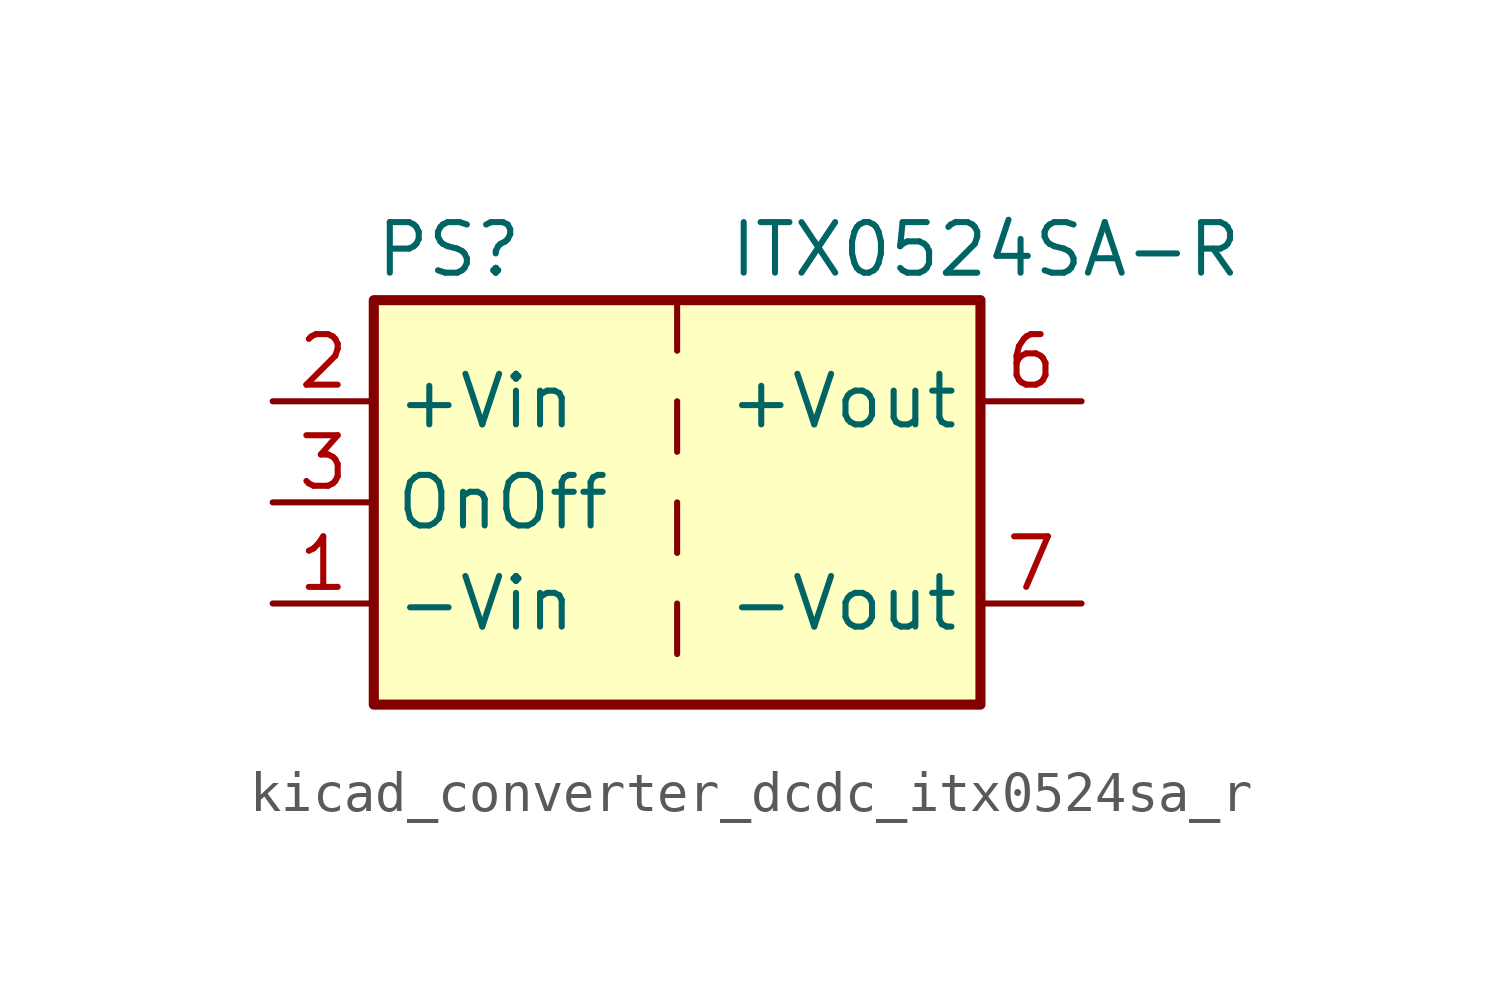
<source format=kicad_sym>
(kicad_symbol_lib
  (version 20220914)
  (generator kicad_symbol_editor)
  (symbol "kicad_converter_dcdc_itx0524sa_r"
    (property "Reference" "PS"
      (at -7.62 6.35 0)
      (effects (font (size 1.27 1.27)) (justify left)))
    (property "Value" "ITX0524SA-R"
      (at 1.27 6.35 0)
      (effects (font (size 1.27 1.27)) (justify left)))
    (symbol "kicad_converter_dcdc_itx0524sa_r_0_0"
      (pin power_in line (at -10.16 -2.54 0) (length 2.54) (name "-Vin" (effects (font (size 1.27 1.27)))) (number "1" (effects (font (size 1.27 1.27)))))
      (pin power_in line (at -10.16 2.54 0) (length 2.54) (name "+Vin" (effects (font (size 1.27 1.27)))) (number "2" (effects (font (size 1.27 1.27)))))
      (pin input line (at -10.16 0 0) (length 2.54) (name "OnOff" (effects (font (size 1.27 1.27)))) (number "3" (effects (font (size 1.27 1.27)))))
      (pin no_connect line (at 0 5.08 270) (length 2.54) hide (name "NC" (effects (font (size 1.27 1.27)))) (number "5" (effects (font (size 1.27 1.27)))))
      (pin power_out line (at 10.16 2.54 180) (length 2.54) (name "+Vout" (effects (font (size 1.27 1.27)))) (number "6" (effects (font (size 1.27 1.27)))))
      (pin power_out line (at 10.16 -2.54 180) (length 2.54) (name "-Vout" (effects (font (size 1.27 1.27)))) (number "7" (effects (font (size 1.27 1.27)))))
      (pin no_connect line (at 7.62 0 180) (length 2.54) hide (name "NC" (effects (font (size 1.27 1.27)))) (number "8" (effects (font (size 1.27 1.27))))))
    (symbol "kicad_converter_dcdc_itx0524sa_r_0_1"
      (rectangle (start -7.62 5.08) (end 7.62 -5.08) (stroke (width 0.254) (type default)) (fill (type background)))
      (polyline (pts (xy 0 -2.54) (xy 0 -3.81)) (stroke (width 0) (type default)) (fill (type none)))
      (polyline (pts (xy 0 0) (xy 0 -1.27)) (stroke (width 0) (type default)) (fill (type none)))
      (polyline (pts (xy 0 2.54) (xy 0 1.27)) (stroke (width 0) (type default)) (fill (type none)))
      (polyline (pts (xy 0 5.08) (xy 0 3.81)) (stroke (width 0) (type default)) (fill (type none))))))
</source>
